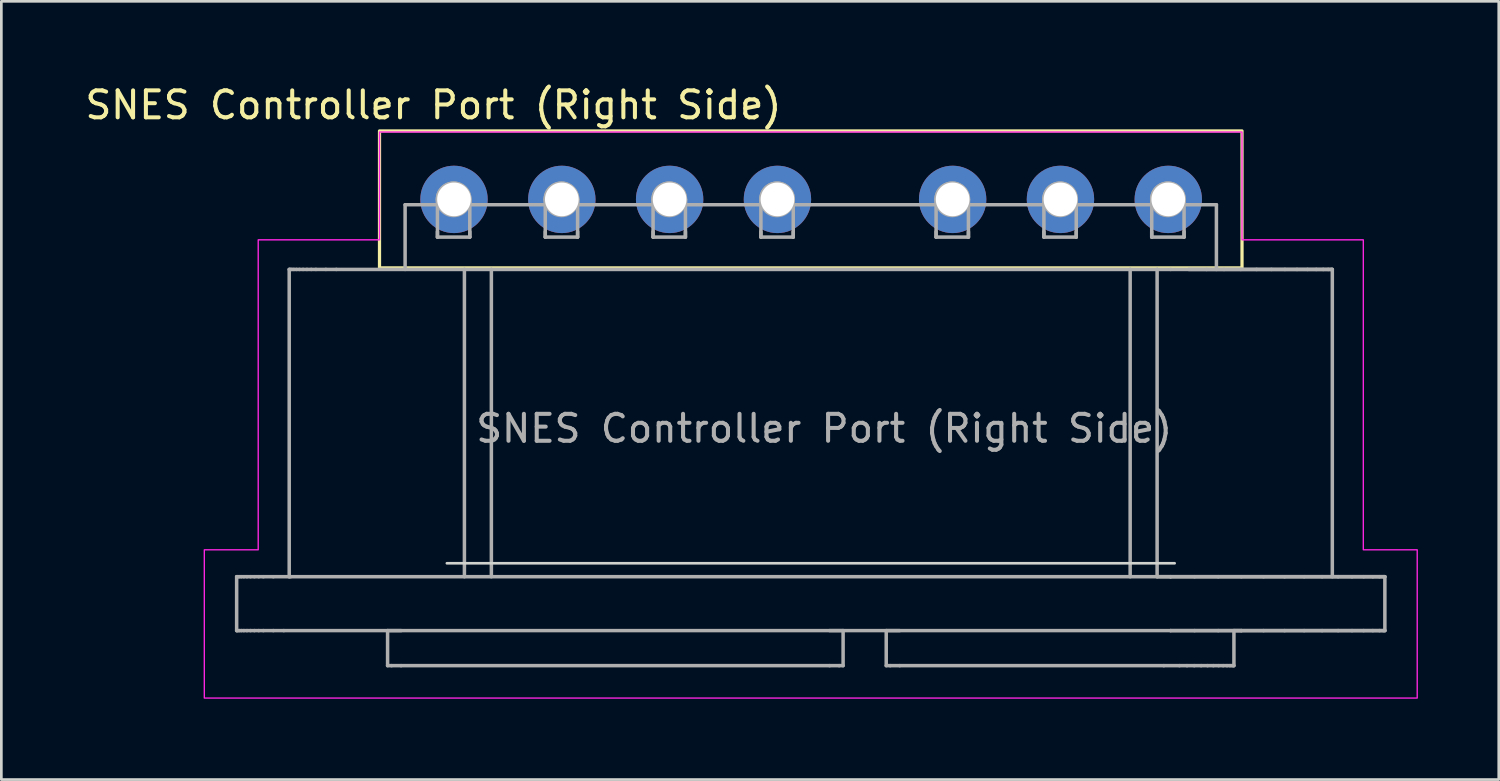
<source format=kicad_pcb>
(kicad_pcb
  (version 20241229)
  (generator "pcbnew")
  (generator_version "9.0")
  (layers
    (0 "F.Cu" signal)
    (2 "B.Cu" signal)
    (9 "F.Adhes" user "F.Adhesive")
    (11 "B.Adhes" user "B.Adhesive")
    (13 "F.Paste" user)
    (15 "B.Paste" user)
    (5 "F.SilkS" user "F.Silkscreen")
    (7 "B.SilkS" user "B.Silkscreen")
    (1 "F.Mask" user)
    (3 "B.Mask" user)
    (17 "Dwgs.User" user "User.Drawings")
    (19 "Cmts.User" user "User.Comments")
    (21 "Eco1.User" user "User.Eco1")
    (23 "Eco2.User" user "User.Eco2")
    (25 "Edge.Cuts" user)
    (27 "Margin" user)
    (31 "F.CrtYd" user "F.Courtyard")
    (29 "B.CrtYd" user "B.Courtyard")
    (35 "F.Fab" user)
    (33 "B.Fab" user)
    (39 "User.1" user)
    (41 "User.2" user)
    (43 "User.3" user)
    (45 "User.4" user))
  (footprint "SNES Controller Port (Right Side)"
    (layer "F.Cu")
    (at 29.03 4.348)
    (property "Reference" "SNES Controller Port (Right Side)" (at -16 -3.5 0) (unlocked yes) (layer "F.SilkS") (effects (font (size 1 1) (thickness 0.15))))
    (attr through_hole exclude_from_pos_files)
    (fp_rect (start -18 -2.54) (end 14 2.54) (stroke (width 0.12) (type default)) (fill no) (layer "F.SilkS"))
    (fp_line (start -15.5 13.5) (end 11.5 13.5) (stroke (width 0.1) (type default)) (layer "Edge.Cuts"))
    (fp_poly (pts (xy 14 -2.5) (xy 14 1.5) (xy 18.5 1.5) (xy 18.5 13) (xy 20.5 13) (xy 20.5 18.5) (xy -24.5 18.5) (xy -24.5 13) (xy -22.5 13) (xy -22.5 1.5) (xy -18 1.5) (xy -18 -2.5)) (stroke (width 0.05) (type solid)) (fill no) (layer "F.CrtYd"))
    (fp_line (start -23.3 13.998) (end -23.3 15.998) (stroke (width 0.13) (type default)) (layer "F.Fab"))
    (fp_line (start -21.55 15.998) (end 11.35 15.998) (stroke (width 0.13) (type default)) (layer "F.Fab"))
    (fp_line (start -21.35 2.598) (end -21.35 13.998) (stroke (width 0.13) (type default)) (layer "F.Fab"))
    (fp_line (start -21.35 13.998) (end 11.35 13.998) (stroke (width 0.13) (type default)) (layer "F.Fab"))
    (fp_line (start -19.6 2.598) (end -14.85 2.598) (stroke (width 0.13) (type default)) (layer "F.Fab"))
    (fp_line (start -17.7 15.998) (end -17.7 17.298) (stroke (width 0.13) (type default)) (layer "F.Fab"))
    (fp_line (start -17.7 15.998) (end -17.2 15.998) (stroke (width 0.13) (type default)) (layer "F.Fab"))
    (fp_line (start -17.2 17.298) (end -1.3 17.298) (stroke (width 0.13) (type default)) (layer "F.Fab"))
    (fp_line (start -17.05 0.198) (end -17.05 2.598) (stroke (width 0.13) (type default)) (layer "F.Fab"))
    (fp_line (start -17.05 0.198) (end -15.85 0.198) (stroke (width 0.13) (type default)) (layer "F.Fab"))
    (fp_line (start -15.85 0.198) (end -15.85 1.398) (stroke (width 0.13) (type default)) (layer "F.Fab"))
    (fp_line (start -15.85 1.398) (end -15.85 1.198) (stroke (width 0.13) (type default)) (layer "F.Fab"))
    (fp_line (start -15.85 1.398) (end -14.65 1.398) (stroke (width 0.13) (type default)) (layer "F.Fab"))
    (fp_line (start -14.85 2.598) (end -14.85 13.998) (stroke (width 0.13) (type default)) (layer "F.Fab"))
    (fp_line (start -14.85 2.598) (end -13.85 2.598) (stroke (width 0.13) (type default)) (layer "F.Fab"))
    (fp_line (start -14.65 0.198) (end -14.65 -0.002) (stroke (width 0.13) (type default)) (layer "F.Fab"))
    (fp_line (start -14.65 0.198) (end -14.65 1.398) (stroke (width 0.13) (type default)) (layer "F.Fab"))
    (fp_line (start -14.65 0.198) (end -11.85 0.198) (stroke (width 0.13) (type default)) (layer "F.Fab"))
    (fp_line (start -14.65 1.398) (end -14.65 1.198) (stroke (width 0.13) (type default)) (layer "F.Fab"))
    (fp_line (start -13.85 2.598) (end -13.85 13.998) (stroke (width 0.13) (type default)) (layer "F.Fab"))
    (fp_line (start -13.85 2.598) (end 9.85 2.598) (stroke (width 0.13) (type default)) (layer "F.Fab"))
    (fp_line (start -11.85 0.198) (end -11.85 1.398) (stroke (width 0.13) (type default)) (layer "F.Fab"))
    (fp_line (start -11.85 1.398) (end -11.85 1.198) (stroke (width 0.13) (type default)) (layer "F.Fab"))
    (fp_line (start -11.85 1.398) (end -10.65 1.398) (stroke (width 0.13) (type default)) (layer "F.Fab"))
    (fp_line (start -10.65 0.198) (end -10.65 -0.002) (stroke (width 0.13) (type default)) (layer "F.Fab"))
    (fp_line (start -10.65 0.198) (end -10.65 1.398) (stroke (width 0.13) (type default)) (layer "F.Fab"))
    (fp_line (start -10.65 0.198) (end -7.85 0.198) (stroke (width 0.13) (type default)) (layer "F.Fab"))
    (fp_line (start -10.65 1.398) (end -10.65 1.198) (stroke (width 0.13) (type default)) (layer "F.Fab"))
    (fp_line (start -7.85 0.198) (end -7.85 1.398) (stroke (width 0.13) (type default)) (layer "F.Fab"))
    (fp_line (start -7.85 1.398) (end -7.85 1.198) (stroke (width 0.13) (type default)) (layer "F.Fab"))
    (fp_line (start -7.85 1.398) (end -6.65 1.398) (stroke (width 0.13) (type default)) (layer "F.Fab"))
    (fp_line (start -6.65 0.198) (end -6.65 -0.002) (stroke (width 0.13) (type default)) (layer "F.Fab"))
    (fp_line (start -6.65 0.198) (end -6.65 1.398) (stroke (width 0.13) (type default)) (layer "F.Fab"))
    (fp_line (start -6.65 0.198) (end -3.85 0.198) (stroke (width 0.13) (type default)) (layer "F.Fab"))
    (fp_line (start -6.65 1.398) (end -6.65 1.198) (stroke (width 0.13) (type default)) (layer "F.Fab"))
    (fp_line (start -3.85 0.198) (end -3.85 1.398) (stroke (width 0.13) (type default)) (layer "F.Fab"))
    (fp_line (start -3.85 1.398) (end -3.85 1.198) (stroke (width 0.13) (type default)) (layer "F.Fab"))
    (fp_line (start -3.85 1.398) (end -2.65 1.398) (stroke (width 0.13) (type default)) (layer "F.Fab"))
    (fp_line (start -2.65 0.198) (end -2.65 -0.002) (stroke (width 0.13) (type default)) (layer "F.Fab"))
    (fp_line (start -2.65 0.198) (end -2.65 1.398) (stroke (width 0.13) (type default)) (layer "F.Fab"))
    (fp_line (start -2.65 0.198) (end 2.65 0.198) (stroke (width 0.13) (type default)) (layer "F.Fab"))
    (fp_line (start -2.65 1.398) (end -2.65 1.198) (stroke (width 0.13) (type default)) (layer "F.Fab"))
    (fp_line (start -1.3 15.998) (end -0.8 15.998) (stroke (width 0.13) (type default)) (layer "F.Fab"))
    (fp_line (start -0.8 15.998) (end -0.8 17.298) (stroke (width 0.13) (type default)) (layer "F.Fab"))
    (fp_line (start 0.8 15.998) (end 0.8 17.298) (stroke (width 0.13) (type default)) (layer "F.Fab"))
    (fp_line (start 0.8 15.998) (end 1.3 15.998) (stroke (width 0.13) (type default)) (layer "F.Fab"))
    (fp_line (start 1.3 17.298) (end 11.1 17.298) (stroke (width 0.13) (type default)) (layer "F.Fab"))
    (fp_line (start 2.65 0.198) (end 2.65 1.398) (stroke (width 0.13) (type default)) (layer "F.Fab"))
    (fp_line (start 2.65 1.398) (end 2.65 1.198) (stroke (width 0.13) (type default)) (layer "F.Fab"))
    (fp_line (start 2.65 1.398) (end 3.85 1.398) (stroke (width 0.13) (type default)) (layer "F.Fab"))
    (fp_line (start 3.85 0.198) (end 3.85 1.398) (stroke (width 0.13) (type default)) (layer "F.Fab"))
    (fp_line (start 3.85 0.198) (end 6.65 0.198) (stroke (width 0.13) (type default)) (layer "F.Fab"))
    (fp_line (start 3.85 1.398) (end 3.85 1.198) (stroke (width 0.13) (type default)) (layer "F.Fab"))
    (fp_line (start 6.65 0.198) (end 6.65 1.398) (stroke (width 0.13) (type default)) (layer "F.Fab"))
    (fp_line (start 6.65 1.398) (end 6.65 1.198) (stroke (width 0.13) (type default)) (layer "F.Fab"))
    (fp_line (start 6.65 1.398) (end 7.85 1.398) (stroke (width 0.13) (type default)) (layer "F.Fab"))
    (fp_line (start 7.85 0.198) (end 7.85 -0.002) (stroke (width 0.13) (type default)) (layer "F.Fab"))
    (fp_line (start 7.85 0.198) (end 7.85 1.398) (stroke (width 0.13) (type default)) (layer "F.Fab"))
    (fp_line (start 7.85 0.198) (end 10.65 0.198) (stroke (width 0.13) (type default)) (layer "F.Fab"))
    (fp_line (start 7.85 1.398) (end 7.85 1.198) (stroke (width 0.13) (type default)) (layer "F.Fab"))
    (fp_line (start 9.85 2.598) (end 9.85 13.998) (stroke (width 0.13) (type default)) (layer "F.Fab"))
    (fp_line (start 9.85 2.598) (end 10.85 2.598) (stroke (width 0.13) (type default)) (layer "F.Fab"))
    (fp_line (start 10.65 0.198) (end 10.65 1.398) (stroke (width 0.13) (type default)) (layer "F.Fab"))
    (fp_line (start 10.65 1.398) (end 10.65 1.198) (stroke (width 0.13) (type default)) (layer "F.Fab"))
    (fp_line (start 10.65 1.398) (end 11.85 1.398) (stroke (width 0.13) (type default)) (layer "F.Fab"))
    (fp_line (start 10.85 2.598) (end 10.85 13.998) (stroke (width 0.13) (type default)) (layer "F.Fab"))
    (fp_line (start 10.85 2.598) (end 11.35 2.598) (stroke (width 0.13) (type default)) (layer "F.Fab"))
    (fp_line (start 11.35 13.998) (end 10.85 13.998) (stroke (width 0.13) (type default)) (layer "F.Fab"))
    (fp_line (start 11.85 0.198) (end 11.85 -0.002) (stroke (width 0.13) (type default)) (layer "F.Fab"))
    (fp_line (start 11.85 0.198) (end 11.85 1.398) (stroke (width 0.13) (type default)) (layer "F.Fab"))
    (fp_line (start 11.85 0.198) (end 13.05 0.198) (stroke (width 0.13) (type default)) (layer "F.Fab"))
    (fp_line (start 11.85 1.398) (end 11.85 1.198) (stroke (width 0.13) (type default)) (layer "F.Fab"))
    (fp_line (start 12.24 13.998) (end 11.35 13.998) (stroke (width 0.13) (type default)) (layer "F.Fab"))
    (fp_line (start 12.24 15.998) (end 11.35 15.998) (stroke (width 0.13) (type default)) (layer "F.Fab"))
    (fp_line (start 13.05 0.198) (end 13.05 2.598) (stroke (width 0.13) (type default)) (layer "F.Fab"))
    (fp_line (start 13.7 15.998) (end 13.976 15.998) (stroke (width 0.13) (type default)) (layer "F.Fab"))
    (fp_line (start 13.7 17.298) (end 13.7 15.998) (stroke (width 0.13) (type default)) (layer "F.Fab"))
    (fp_line (start 17.35 13.998) (end 17.35 2.598) (stroke (width 0.13) (type default)) (layer "F.Fab"))
    (fp_line (start 19.3 15.998) (end 19.3 13.998) (stroke (width 0.13) (type default)) (layer "F.Fab"))
    (fp_arc (start -15.85 -0.002303) (mid -15.25 -0.602303) (end -14.65 -0.002303) (stroke (width 0.13) (type default)) (layer "F.Fab"))
    (fp_arc (start -11.85 -0.002303) (mid -11.25 -0.602303) (end -10.65 -0.002303) (stroke (width 0.13) (type default)) (layer "F.Fab"))
    (fp_arc (start -7.85 -0.002303) (mid -7.25 -0.602303) (end -6.65 -0.002303) (stroke (width 0.13) (type default)) (layer "F.Fab"))
    (fp_arc (start -3.85 -0.002303) (mid -3.25 -0.602303) (end -2.65 -0.002303) (stroke (width 0.13) (type default)) (layer "F.Fab"))
    (fp_arc (start 2.65 -0.002303) (mid 3.25 -0.602303) (end 3.85 -0.002303) (stroke (width 0.13) (type default)) (layer "F.Fab"))
    (fp_arc (start 6.65 -0.002303) (mid 7.25 -0.602303) (end 7.85 -0.002303) (stroke (width 0.13) (type default)) (layer "F.Fab"))
    (fp_arc (start 10.65 -0.002303) (mid 11.25 -0.602303) (end 11.85 -0.002303) (stroke (width 0.13) (type default)) (layer "F.Fab"))
    (fp_circle (center -15.25 -0.002) (end -14.65 -0.002) (stroke (width 0.13) (type default)) (fill no) (layer "F.Fab"))
    (fp_circle (center -11.25 -0.002) (end -10.65 -0.002) (stroke (width 0.13) (type default)) (fill no) (layer "F.Fab"))
    (fp_circle (center -7.25 -0.002) (end -6.65 -0.002) (stroke (width 0.13) (type default)) (fill no) (layer "F.Fab"))
    (fp_circle (center -3.25 -0.002) (end -2.65 -0.002) (stroke (width 0.13) (type default)) (fill no) (layer "F.Fab"))
    (fp_circle (center 3.25 -0.002) (end 3.85 -0.002) (stroke (width 0.13) (type default)) (fill no) (layer "F.Fab"))
    (fp_circle (center 7.25 -0.002) (end 7.85 -0.002) (stroke (width 0.13) (type default)) (fill no) (layer "F.Fab"))
    (fp_circle (center 11.25 -0.002) (end 11.85 -0.002) (stroke (width 0.13) (type default)) (fill no) (layer "F.Fab"))
    (fp_curve (pts (xy -23.3 13.998) (xy -23.294 13.998) (xy -23.289 13.998) (xy -23.289 13.998)) (stroke (width 0.13) (type default)) (layer "F.Fab"))
    (fp_curve (pts (xy -23.3 15.998) (xy -23.294 15.998) (xy -23.289 15.998) (xy -23.289 15.998)) (stroke (width 0.13) (type default)) (layer "F.Fab"))
    (fp_curve (pts (xy -23.289 13.998) (xy -23.273 13.998) (xy -23.256 13.998) (xy -23.256 13.998)) (stroke (width 0.13) (type default)) (layer "F.Fab"))
    (fp_curve (pts (xy -23.289 15.998) (xy -23.273 15.998) (xy -23.256 15.998) (xy -23.256 15.998)) (stroke (width 0.13) (type default)) (layer "F.Fab"))
    (fp_curve (pts (xy -23.256 13.998) (xy -23.229 13.998) (xy -23.202 13.998) (xy -23.202 13.998)) (stroke (width 0.13) (type default)) (layer "F.Fab"))
    (fp_curve (pts (xy -23.256 15.998) (xy -23.229 15.998) (xy -23.202 15.998) (xy -23.202 15.998)) (stroke (width 0.13) (type default)) (layer "F.Fab"))
    (fp_curve (pts (xy -23.202 13.998) (xy -23.164 13.998) (xy -23.127 13.998) (xy -23.127 13.998)) (stroke (width 0.13) (type default)) (layer "F.Fab"))
    (fp_curve (pts (xy -23.202 15.998) (xy -23.164 15.998) (xy -23.127 15.998) (xy -23.127 15.998)) (stroke (width 0.13) (type default)) (layer "F.Fab"))
    (fp_curve (pts (xy -23.127 13.998) (xy -23.079 13.998) (xy -23.032 13.998) (xy -23.032 13.998)) (stroke (width 0.13) (type default)) (layer "F.Fab"))
    (fp_curve (pts (xy -23.127 15.998) (xy -23.079 15.998) (xy -23.032 15.998) (xy -23.032 15.998)) (stroke (width 0.13) (type default)) (layer "F.Fab"))
    (fp_curve (pts (xy -23.032 13.998) (xy -22.975 13.998) (xy -22.918 13.998) (xy -22.918 13.998)) (stroke (width 0.13) (type default)) (layer "F.Fab"))
    (fp_curve (pts (xy -23.032 15.998) (xy -22.975 15.998) (xy -22.918 15.998) (xy -22.918 15.998)) (stroke (width 0.13) (type default)) (layer "F.Fab"))
    (fp_curve (pts (xy -22.918 13.998) (xy -22.853 13.998) (xy -22.787 13.998) (xy -22.787 13.998)) (stroke (width 0.13) (type default)) (layer "F.Fab"))
    (fp_curve (pts (xy -22.918 15.998) (xy -22.853 15.998) (xy -22.787 15.998) (xy -22.787 15.998)) (stroke (width 0.13) (type default)) (layer "F.Fab"))
    (fp_curve (pts (xy -22.787 13.998) (xy -22.714 13.998) (xy -22.641 13.998) (xy -22.641 13.998)) (stroke (width 0.13) (type default)) (layer "F.Fab"))
    (fp_curve (pts (xy -22.787 15.998) (xy -22.714 15.998) (xy -22.641 15.998) (xy -22.641 15.998)) (stroke (width 0.13) (type default)) (layer "F.Fab"))
    (fp_curve (pts (xy -22.641 13.998) (xy -22.561 13.998) (xy -22.481 13.998) (xy -22.481 13.998)) (stroke (width 0.13) (type default)) (layer "F.Fab"))
    (fp_curve (pts (xy -22.641 15.998) (xy -22.561 15.998) (xy -22.481 15.998) (xy -22.481 15.998)) (stroke (width 0.13) (type default)) (layer "F.Fab"))
    (fp_curve (pts (xy -22.481 13.998) (xy -22.395 13.998) (xy -22.309 13.998) (xy -22.309 13.998)) (stroke (width 0.13) (type default)) (layer "F.Fab"))
    (fp_curve (pts (xy -22.481 15.998) (xy -22.395 15.998) (xy -22.309 15.998) (xy -22.309 15.998)) (stroke (width 0.13) (type default)) (layer "F.Fab"))
    (fp_curve (pts (xy -22.309 13.998) (xy -22.13 13.998) (xy -21.939 13.998) (xy -21.939 13.998)) (stroke (width 0.13) (type default)) (layer "F.Fab"))
    (fp_curve (pts (xy -22.309 15.998) (xy -22.13 15.998) (xy -21.939 15.998) (xy -21.939 15.998)) (stroke (width 0.13) (type default)) (layer "F.Fab"))
    (fp_curve (pts (xy -21.939 13.998) (xy -21.547 13.998) (xy -21.15 13.998) (xy -21.35 13.998)) (stroke (width 0.13) (type default)) (layer "F.Fab"))
    (fp_curve (pts (xy -21.939 15.998) (xy -21.747 15.998) (xy -21.55 15.998) (xy -21.55 15.998)) (stroke (width 0.13) (type default)) (layer "F.Fab"))
    (fp_curve (pts (xy -21.35 2.598) (xy -21.344 2.598) (xy -21.339 2.598) (xy -21.339 2.598)) (stroke (width 0.13) (type default)) (layer "F.Fab"))
    (fp_curve (pts (xy -21.339 2.598) (xy -21.323 2.598) (xy -21.306 2.598) (xy -21.306 2.598)) (stroke (width 0.13) (type default)) (layer "F.Fab"))
    (fp_curve (pts (xy -21.306 2.598) (xy -21.279 2.598) (xy -21.252 2.598) (xy -21.252 2.598)) (stroke (width 0.13) (type default)) (layer "F.Fab"))
    (fp_curve (pts (xy -21.252 2.598) (xy -21.214 2.598) (xy -21.177 2.598) (xy -21.177 2.598)) (stroke (width 0.13) (type default)) (layer "F.Fab"))
    (fp_curve (pts (xy -21.177 2.598) (xy -21.129 2.598) (xy -21.082 2.598) (xy -21.082 2.598)) (stroke (width 0.13) (type default)) (layer "F.Fab"))
    (fp_curve (pts (xy -21.082 2.598) (xy -21.025 2.598) (xy -20.968 2.598) (xy -20.968 2.598)) (stroke (width 0.13) (type default)) (layer "F.Fab"))
    (fp_curve (pts (xy -20.968 2.598) (xy -20.903 2.598) (xy -20.837 2.598) (xy -20.837 2.598)) (stroke (width 0.13) (type default)) (layer "F.Fab"))
    (fp_curve (pts (xy -20.837 2.598) (xy -20.764 2.598) (xy -20.691 2.598) (xy -20.691 2.598)) (stroke (width 0.13) (type default)) (layer "F.Fab"))
    (fp_curve (pts (xy -20.691 2.598) (xy -20.611 2.598) (xy -20.531 2.598) (xy -20.531 2.598)) (stroke (width 0.13) (type default)) (layer "F.Fab"))
    (fp_curve (pts (xy -20.531 2.598) (xy -20.445 2.598) (xy -20.359 2.598) (xy -20.359 2.598)) (stroke (width 0.13) (type default)) (layer "F.Fab"))
    (fp_curve (pts (xy -20.359 2.598) (xy -20.18 2.598) (xy -19.989 2.598) (xy -19.989 2.598)) (stroke (width 0.13) (type default)) (layer "F.Fab"))
    (fp_curve (pts (xy -19.989 2.598) (xy -19.797 2.598) (xy -19.6 2.598) (xy -19.6 2.598)) (stroke (width 0.13) (type default)) (layer "F.Fab"))
    (fp_curve (pts (xy -17.7 17.298) (xy -17.7 17.298) (xy -17.646 17.298) (xy -17.554 17.298)) (stroke (width 0.13) (type default)) (layer "F.Fab"))
    (fp_curve (pts (xy -17.554 17.298) (xy -17.46 17.298) (xy -17.331 17.298) (xy -17.2 17.298)) (stroke (width 0.13) (type default)) (layer "F.Fab"))
    (fp_curve (pts (xy -15.85 0.198) (xy -15.85 -0.000022) (xy -15.85 -0.002) (xy -15.85 -0.002)) (stroke (width 0.13) (type default)) (layer "F.Fab"))
    (fp_curve (pts (xy -14.65 0.198) (xy -14.65 0.000402) (xy -14.65 -0.002) (xy -14.65 -0.002)) (stroke (width 0.13) (type default)) (layer "F.Fab"))
    (fp_curve (pts (xy -11.85 0.198) (xy -11.85 -0.000022) (xy -11.85 -0.002) (xy -11.85 -0.002)) (stroke (width 0.13) (type default)) (layer "F.Fab"))
    (fp_curve (pts (xy -10.65 0.198) (xy -10.65 0.000402) (xy -10.65 -0.002) (xy -10.65 -0.002)) (stroke (width 0.13) (type default)) (layer "F.Fab"))
    (fp_curve (pts (xy -7.85 0.198) (xy -7.85 -0.000022) (xy -7.85 -0.002) (xy -7.85 -0.002)) (stroke (width 0.13) (type default)) (layer "F.Fab"))
    (fp_curve (pts (xy -6.65 0.198) (xy -6.65 0.000402) (xy -6.65 -0.002) (xy -6.65 -0.002)) (stroke (width 0.13) (type default)) (layer "F.Fab"))
    (fp_curve (pts (xy -3.85 0.198) (xy -3.85 -0.000022) (xy -3.85 -0.002) (xy -3.85 -0.002)) (stroke (width 0.13) (type default)) (layer "F.Fab"))
    (fp_curve (pts (xy -2.65 0.198) (xy -2.65 0.000402) (xy -2.65 -0.002) (xy -2.65 -0.002)) (stroke (width 0.13) (type default)) (layer "F.Fab"))
    (fp_curve (pts (xy -1.3 17.298) (xy -1.169 17.298) (xy -1.04 17.298) (xy -0.946 17.298)) (stroke (width 0.13) (type default)) (layer "F.Fab"))
    (fp_curve (pts (xy -0.946 17.298) (xy -0.854 17.298) (xy -0.8 17.298) (xy -0.8 17.298)) (stroke (width 0.13) (type default)) (layer "F.Fab"))
    (fp_curve (pts (xy 0.8 17.298) (xy 0.8 17.298) (xy 0.854 17.298) (xy 0.946 17.298)) (stroke (width 0.13) (type default)) (layer "F.Fab"))
    (fp_curve (pts (xy 0.946 17.298) (xy 1.04 17.298) (xy 1.169 17.298) (xy 1.3 17.298)) (stroke (width 0.13) (type default)) (layer "F.Fab"))
    (fp_curve (pts (xy 2.65 0.198) (xy 2.65 -0.000022) (xy 2.65 -0.002) (xy 2.65 -0.002)) (stroke (width 0.13) (type default)) (layer "F.Fab"))
    (fp_curve (pts (xy 3.85 0.198) (xy 3.85 0.000402) (xy 3.85 -0.002) (xy 3.85 -0.002)) (stroke (width 0.13) (type default)) (layer "F.Fab"))
    (fp_curve (pts (xy 6.65 0.198) (xy 6.65 -0.000022) (xy 6.65 -0.002) (xy 6.65 -0.002)) (stroke (width 0.13) (type default)) (layer "F.Fab"))
    (fp_curve (pts (xy 7.85 0.198) (xy 7.85 0.000402) (xy 7.85 -0.002) (xy 7.85 -0.002)) (stroke (width 0.13) (type default)) (layer "F.Fab"))
    (fp_curve (pts (xy 10.65 0.198) (xy 10.65 -0.000022) (xy 10.65 -0.002) (xy 10.65 -0.002)) (stroke (width 0.13) (type default)) (layer "F.Fab"))
    (fp_curve (pts (xy 11.1 17.298) (xy 11.392 17.298) (xy 11.679 17.298) (xy 11.679 17.298)) (stroke (width 0.13) (type default)) (layer "F.Fab"))
    (fp_curve (pts (xy 11.35 2.598) (xy 12.022 2.598) (xy 12.022 2.598) (xy 12.685 2.598)) (stroke (width 0.13) (type default)) (layer "F.Fab"))
    (fp_curve (pts (xy 11.35 13.998) (xy 12.24 13.998) (xy 12.24 13.998) (xy 13.119 13.998)) (stroke (width 0.13) (type default)) (layer "F.Fab"))
    (fp_curve (pts (xy 11.35 15.998) (xy 12.24 15.998) (xy 12.24 15.998) (xy 13.119 15.998)) (stroke (width 0.13) (type default)) (layer "F.Fab"))
    (fp_curve (pts (xy 11.679 17.298) (xy 11.819 17.298) (xy 11.959 17.298) (xy 11.959 17.298)) (stroke (width 0.13) (type default)) (layer "F.Fab"))
    (fp_curve (pts (xy 11.85 0.198) (xy 11.85 0.000402) (xy 11.85 -0.002) (xy 11.85 -0.002)) (stroke (width 0.13) (type default)) (layer "F.Fab"))
    (fp_curve (pts (xy 11.959 17.298) (xy 12.093 17.298) (xy 12.228 17.298) (xy 12.228 17.298)) (stroke (width 0.13) (type default)) (layer "F.Fab"))
    (fp_curve (pts (xy 12.022 2.598) (xy 12.685 2.598) (xy 12.685 2.598) (xy 13.332 2.598)) (stroke (width 0.13) (type default)) (layer "F.Fab"))
    (fp_curve (pts (xy 12.228 17.298) (xy 12.356 17.298) (xy 12.483 17.298) (xy 12.483 17.298)) (stroke (width 0.13) (type default)) (layer "F.Fab"))
    (fp_curve (pts (xy 12.24 13.998) (xy 13.119 13.998) (xy 13.119 13.998) (xy 13.976 13.998)) (stroke (width 0.13) (type default)) (layer "F.Fab"))
    (fp_curve (pts (xy 12.24 15.998) (xy 13.119 15.998) (xy 13.119 15.998) (xy 13.976 15.998)) (stroke (width 0.13) (type default)) (layer "F.Fab"))
    (fp_curve (pts (xy 12.483 17.298) (xy 12.602 17.298) (xy 12.721 17.298) (xy 12.721 17.298)) (stroke (width 0.13) (type default)) (layer "F.Fab"))
    (fp_curve (pts (xy 12.685 2.598) (xy 13.332 2.598) (xy 13.332 2.598) (xy 13.953 2.598)) (stroke (width 0.13) (type default)) (layer "F.Fab"))
    (fp_curve (pts (xy 12.721 17.298) (xy 12.83 17.298) (xy 12.938 17.298) (xy 12.938 17.298)) (stroke (width 0.13) (type default)) (layer "F.Fab"))
    (fp_curve (pts (xy 12.938 17.298) (xy 13.036 17.298) (xy 13.133 17.298) (xy 13.133 17.298)) (stroke (width 0.13) (type default)) (layer "F.Fab"))
    (fp_curve (pts (xy 13.119 13.998) (xy 13.976 13.998) (xy 13.976 13.998) (xy 14.799 13.998)) (stroke (width 0.13) (type default)) (layer "F.Fab"))
    (fp_curve (pts (xy 13.119 15.998) (xy 13.976 15.998) (xy 13.976 15.998) (xy 14.799 15.998)) (stroke (width 0.13) (type default)) (layer "F.Fab"))
    (fp_curve (pts (xy 13.133 17.298) (xy 13.217 17.298) (xy 13.301 17.298) (xy 13.301 17.298)) (stroke (width 0.13) (type default)) (layer "F.Fab"))
    (fp_curve (pts (xy 13.301 17.298) (xy 13.372 17.298) (xy 13.443 17.298) (xy 13.443 17.298)) (stroke (width 0.13) (type default)) (layer "F.Fab"))
    (fp_curve (pts (xy 13.332 2.598) (xy 13.953 2.598) (xy 13.953 2.598) (xy 14.542 2.598)) (stroke (width 0.13) (type default)) (layer "F.Fab"))
    (fp_curve (pts (xy 13.443 17.298) (xy 13.498 17.298) (xy 13.554 17.298) (xy 13.554 17.298)) (stroke (width 0.13) (type default)) (layer "F.Fab"))
    (fp_curve (pts (xy 13.554 17.298) (xy 13.594 17.298) (xy 13.635 17.298) (xy 13.635 17.298)) (stroke (width 0.13) (type default)) (layer "F.Fab"))
    (fp_curve (pts (xy 13.635 17.298) (xy 13.659 17.298) (xy 13.684 17.298) (xy 13.684 17.298)) (stroke (width 0.13) (type default)) (layer "F.Fab"))
    (fp_curve (pts (xy 13.684 17.298) (xy 13.692 17.298) (xy 13.7 17.298) (xy 13.7 17.298)) (stroke (width 0.13) (type default)) (layer "F.Fab"))
    (fp_curve (pts (xy 13.953 2.598) (xy 14.542 2.598) (xy 14.542 2.598) (xy 15.091 2.598)) (stroke (width 0.13) (type default)) (layer "F.Fab"))
    (fp_curve (pts (xy 13.976 13.998) (xy 14.799 13.998) (xy 14.799 13.998) (xy 15.58 13.998)) (stroke (width 0.13) (type default)) (layer "F.Fab"))
    (fp_curve (pts (xy 13.976 15.998) (xy 14.799 15.998) (xy 14.799 15.998) (xy 15.58 15.998)) (stroke (width 0.13) (type default)) (layer "F.Fab"))
    (fp_curve (pts (xy 14.542 2.598) (xy 15.091 2.598) (xy 15.091 2.598) (xy 15.593 2.598)) (stroke (width 0.13) (type default)) (layer "F.Fab"))
    (fp_curve (pts (xy 14.799 13.998) (xy 15.58 13.998) (xy 15.58 13.998) (xy 16.307 13.998)) (stroke (width 0.13) (type default)) (layer "F.Fab"))
    (fp_curve (pts (xy 14.799 15.998) (xy 15.58 15.998) (xy 15.58 15.998) (xy 16.307 15.998)) (stroke (width 0.13) (type default)) (layer "F.Fab"))
    (fp_curve (pts (xy 15.091 2.598) (xy 15.593 2.598) (xy 15.593 2.598) (xy 16.041 2.598)) (stroke (width 0.13) (type default)) (layer "F.Fab"))
    (fp_curve (pts (xy 15.58 13.998) (xy 16.307 13.998) (xy 16.307 13.998) (xy 16.971 13.998)) (stroke (width 0.13) (type default)) (layer "F.Fab"))
    (fp_curve (pts (xy 15.58 15.998) (xy 16.307 15.998) (xy 16.307 15.998) (xy 16.971 15.998)) (stroke (width 0.13) (type default)) (layer "F.Fab"))
    (fp_curve (pts (xy 15.593 2.598) (xy 16.041 2.598) (xy 16.041 2.598) (xy 16.43 2.598)) (stroke (width 0.13) (type default)) (layer "F.Fab"))
    (fp_curve (pts (xy 16.041 2.598) (xy 16.43 2.598) (xy 16.43 2.598) (xy 16.756 2.598)) (stroke (width 0.13) (type default)) (layer "F.Fab"))
    (fp_curve (pts (xy 16.307 13.998) (xy 16.971 13.998) (xy 16.971 13.998) (xy 17.566 13.998)) (stroke (width 0.13) (type default)) (layer "F.Fab"))
    (fp_curve (pts (xy 16.307 15.998) (xy 16.971 15.998) (xy 16.971 15.998) (xy 17.566 15.998)) (stroke (width 0.13) (type default)) (layer "F.Fab"))
    (fp_curve (pts (xy 16.43 2.598) (xy 16.756 2.598) (xy 16.756 2.598) (xy 17.013 2.598)) (stroke (width 0.13) (type default)) (layer "F.Fab"))
    (fp_curve (pts (xy 16.756 2.598) (xy 17.013 2.598) (xy 17.013 2.598) (xy 17.2 2.598)) (stroke (width 0.13) (type default)) (layer "F.Fab"))
    (fp_curve (pts (xy 16.971 13.998) (xy 17.566 13.998) (xy 17.566 13.998) (xy 18.081 13.998)) (stroke (width 0.13) (type default)) (layer "F.Fab"))
    (fp_curve (pts (xy 16.971 15.998) (xy 17.566 15.998) (xy 17.566 15.998) (xy 18.081 15.998)) (stroke (width 0.13) (type default)) (layer "F.Fab"))
    (fp_curve (pts (xy 17.013 2.598) (xy 17.2 2.598) (xy 17.2 2.598) (xy 17.312 2.598)) (stroke (width 0.13) (type default)) (layer "F.Fab"))
    (fp_curve (pts (xy 17.2 2.598) (xy 17.312 2.598) (xy 17.312 2.598) (xy 17.35 2.598)) (stroke (width 0.13) (type default)) (layer "F.Fab"))
    (fp_curve (pts (xy 17.312 2.598) (xy 17.35 2.598) (xy 17.35 2.598) (xy 17.35 2.598)) (stroke (width 0.13) (type default)) (layer "F.Fab"))
    (fp_curve (pts (xy 17.566 13.998) (xy 18.081 13.998) (xy 18.081 13.998) (xy 18.513 13.998)) (stroke (width 0.13) (type default)) (layer "F.Fab"))
    (fp_curve (pts (xy 17.566 15.998) (xy 18.081 15.998) (xy 18.081 15.998) (xy 18.513 15.998)) (stroke (width 0.13) (type default)) (layer "F.Fab"))
    (fp_curve (pts (xy 18.081 13.998) (xy 18.513 13.998) (xy 18.513 13.998) (xy 18.854 13.998)) (stroke (width 0.13) (type default)) (layer "F.Fab"))
    (fp_curve (pts (xy 18.081 15.998) (xy 18.513 15.998) (xy 18.513 15.998) (xy 18.854 15.998)) (stroke (width 0.13) (type default)) (layer "F.Fab"))
    (fp_curve (pts (xy 18.513 13.998) (xy 18.854 13.998) (xy 18.854 13.998) (xy 19.101 13.998)) (stroke (width 0.13) (type default)) (layer "F.Fab"))
    (fp_curve (pts (xy 18.513 15.998) (xy 18.854 15.998) (xy 18.854 15.998) (xy 19.101 15.998)) (stroke (width 0.13) (type default)) (layer "F.Fab"))
    (fp_curve (pts (xy 18.854 13.998) (xy 19.101 13.998) (xy 19.101 13.998) (xy 19.25 13.998)) (stroke (width 0.13) (type default)) (layer "F.Fab"))
    (fp_curve (pts (xy 18.854 15.998) (xy 19.101 15.998) (xy 19.101 15.998) (xy 19.25 15.998)) (stroke (width 0.13) (type default)) (layer "F.Fab"))
    (fp_curve (pts (xy 19.101 13.998) (xy 19.25 13.998) (xy 19.25 13.998) (xy 19.3 13.998)) (stroke (width 0.13) (type default)) (layer "F.Fab"))
    (fp_curve (pts (xy 19.101 15.998) (xy 19.25 15.998) (xy 19.25 15.998) (xy 19.3 15.998)) (stroke (width 0.13) (type default)) (layer "F.Fab"))
    (fp_curve (pts (xy 19.25 13.998) (xy 19.3 13.998) (xy 19.3 13.998) (xy 19.3 13.998)) (stroke (width 0.13) (type default)) (layer "F.Fab"))
    (fp_curve (pts (xy 19.25 15.998) (xy 19.3 15.998) (xy 19.3 15.998) (xy 19.3 15.998)) (stroke (width 0.13) (type default)) (layer "F.Fab"))
    (fp_text user "${REFERENCE}" (at -1.5 8.5 0) (unlocked yes) (layer "F.Fab") (effects (font (size 1 1) (thickness 0.15))))
    (pad "1" thru_hole circle (at -15.236 0) (size 2.5 2.5) (drill 1.25) (layers "*.Cu" "*.Mask"))
    (pad "2" thru_hole circle (at -11.236 0) (size 2.5 2.5) (drill 1.25) (layers "*.Cu" "*.Mask"))
    (pad "3" thru_hole circle (at -7.236 0) (size 2.5 2.5) (drill 1.25) (layers "*.Cu" "*.Mask"))
    (pad "4" thru_hole circle (at -3.236 0) (size 2.5 2.5) (drill 1.25) (layers "*.Cu" "*.Mask"))
    (pad "5" thru_hole circle (at 3.264 0) (size 2.5 2.5) (drill 1.25) (layers "*.Cu" "*.Mask"))
    (pad "6" thru_hole circle (at 7.264 0) (size 2.5 2.5) (drill 1.25) (layers "*.Cu" "*.Mask"))
    (pad "7" thru_hole circle (at 11.264 0) (size 2.5 2.5) (drill 1.25) (layers "*.Cu" "*.Mask")))
  (gr_rect
    (start -3 -3)
    (end 52.555 25.873)
    (stroke (width 0.1) (type default))
    (fill no)
    (layer "Edge.Cuts")))
</source>
